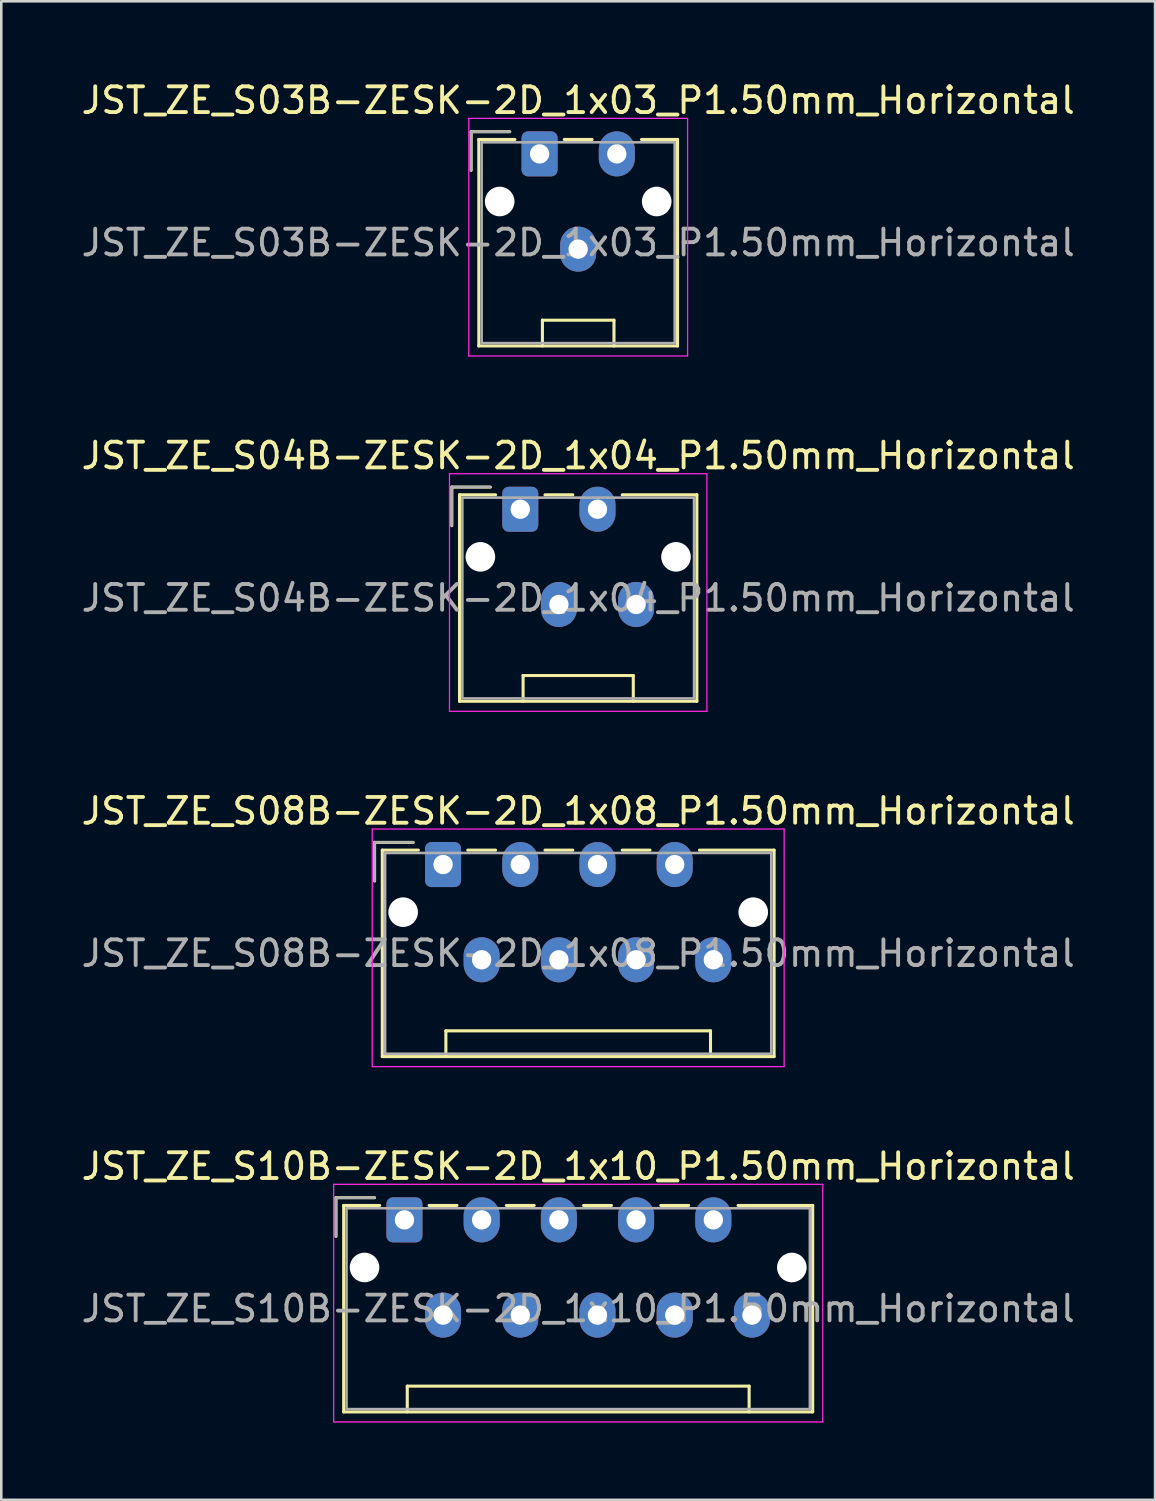
<source format=kicad_pcb>
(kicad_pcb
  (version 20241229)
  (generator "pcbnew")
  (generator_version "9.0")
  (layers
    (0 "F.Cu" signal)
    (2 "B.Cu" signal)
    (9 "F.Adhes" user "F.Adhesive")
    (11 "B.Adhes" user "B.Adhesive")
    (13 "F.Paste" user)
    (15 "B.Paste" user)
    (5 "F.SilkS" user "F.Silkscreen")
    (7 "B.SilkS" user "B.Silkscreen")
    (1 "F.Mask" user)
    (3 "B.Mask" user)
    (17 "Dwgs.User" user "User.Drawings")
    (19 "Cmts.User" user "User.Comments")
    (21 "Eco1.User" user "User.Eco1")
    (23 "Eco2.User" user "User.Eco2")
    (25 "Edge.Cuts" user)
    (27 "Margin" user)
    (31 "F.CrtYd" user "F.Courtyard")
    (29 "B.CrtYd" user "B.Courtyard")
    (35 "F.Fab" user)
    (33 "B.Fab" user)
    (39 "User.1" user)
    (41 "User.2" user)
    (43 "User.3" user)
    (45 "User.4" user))
  (footprint "JST_ZE_S08B-ZESK-2D_1x08_P1.50mm_Horizontal"
    (layer "F.Cu")
    (at 14.161 30.535)
    (property "Reference" "JST_ZE_S08B-ZESK-2D_1x08_P1.50mm_Horizontal" (at 5.25 -2.08 0) (layer "F.SilkS") (effects (font (size 1 1) (thickness 0.15))))
    (attr through_hole)
    (fp_line (start -2.66 -0.86) (end -1.16 -0.86) (stroke (width 0.12) (type solid)) (layer "F.SilkS"))
    (fp_line (start -2.66 0.64) (end -2.66 -0.86) (stroke (width 0.12) (type solid)) (layer "F.SilkS"))
    (fp_line (start -2.36 -0.56) (end -2.36 7.46) (stroke (width 0.12) (type solid)) (layer "F.SilkS"))
    (fp_line (start -2.36 7.46) (end 12.86 7.46) (stroke (width 0.12) (type solid)) (layer "F.SilkS"))
    (fp_line (start -0.96 -0.56) (end -2.36 -0.56) (stroke (width 0.12) (type solid)) (layer "F.SilkS"))
    (fp_line (start 0.11 6.46) (end 10.39 6.46) (stroke (width 0.12) (type solid)) (layer "F.SilkS"))
    (fp_line (start 0.11 7.46) (end 0.11 6.46) (stroke (width 0.12) (type solid)) (layer "F.SilkS"))
    (fp_line (start 0.96 -0.56) (end 2.04 -0.56) (stroke (width 0.12) (type solid)) (layer "F.SilkS"))
    (fp_line (start 3.96 -0.56) (end 5.04 -0.56) (stroke (width 0.12) (type solid)) (layer "F.SilkS"))
    (fp_line (start 6.96 -0.56) (end 8.04 -0.56) (stroke (width 0.12) (type solid)) (layer "F.SilkS"))
    (fp_line (start 10.39 6.46) (end 10.39 7.46) (stroke (width 0.12) (type solid)) (layer "F.SilkS"))
    (fp_line (start 12.86 -0.56) (end 9.96 -0.56) (stroke (width 0.12) (type solid)) (layer "F.SilkS"))
    (fp_line (start 12.86 7.46) (end 12.86 -0.56) (stroke (width 0.12) (type solid)) (layer "F.SilkS"))
    (fp_line (start -2.75 -1.38) (end -2.75 7.85) (stroke (width 0.05) (type solid)) (layer "F.CrtYd"))
    (fp_line (start -2.75 7.85) (end 13.25 7.85) (stroke (width 0.05) (type solid)) (layer "F.CrtYd"))
    (fp_line (start 13.25 -1.38) (end -2.75 -1.38) (stroke (width 0.05) (type solid)) (layer "F.CrtYd"))
    (fp_line (start 13.25 7.85) (end 13.25 -1.38) (stroke (width 0.05) (type solid)) (layer "F.CrtYd"))
    (fp_line (start -2.66 -0.86) (end -1.16 -0.86) (stroke (width 0.1) (type solid)) (layer "F.Fab"))
    (fp_line (start -2.66 0.64) (end -2.66 -0.86) (stroke (width 0.1) (type solid)) (layer "F.Fab"))
    (fp_line (start -2.25 -0.45) (end -2.25 7.35) (stroke (width 0.1) (type solid)) (layer "F.Fab"))
    (fp_line (start -2.25 7.35) (end 12.75 7.35) (stroke (width 0.1) (type solid)) (layer "F.Fab"))
    (fp_line (start 12.75 -0.45) (end -2.25 -0.45) (stroke (width 0.1) (type solid)) (layer "F.Fab"))
    (fp_line (start 12.75 7.35) (end 12.75 -0.45) (stroke (width 0.1) (type solid)) (layer "F.Fab"))
    (fp_text user "${REFERENCE}" (at 5.25 3.45 0) (layer "F.Fab") (effects (font (size 1 1) (thickness 0.15))))
    (pad "" np_thru_hole circle (at -1.55 1.85) (size 1.15 1.15) (drill 1.15) (layers "*.Cu" "*.Mask"))
    (pad "" np_thru_hole circle (at 12.05 1.85) (size 1.15 1.15) (drill 1.15) (layers "*.Cu" "*.Mask"))
    (pad "1" thru_hole roundrect (at 0 0) (size 1.4 1.75) (drill 0.75) (layers "*.Cu" "*.Mask") (roundrect_rratio 0.179))
    (pad "2" thru_hole oval (at 1.5 3.7) (size 1.4 1.75) (drill 0.75) (layers "*.Cu" "*.Mask"))
    (pad "3" thru_hole oval (at 3 0) (size 1.4 1.75) (drill 0.75) (layers "*.Cu" "*.Mask"))
    (pad "4" thru_hole oval (at 4.5 3.7) (size 1.4 1.75) (drill 0.75) (layers "*.Cu" "*.Mask"))
    (pad "5" thru_hole oval (at 6 0) (size 1.4 1.75) (drill 0.75) (layers "*.Cu" "*.Mask"))
    (pad "6" thru_hole oval (at 7.5 3.7) (size 1.4 1.75) (drill 0.75) (layers "*.Cu" "*.Mask"))
    (pad "7" thru_hole oval (at 9 0) (size 1.4 1.75) (drill 0.75) (layers "*.Cu" "*.Mask"))
    (pad "8" thru_hole oval (at 10.5 3.7) (size 1.4 1.75) (drill 0.75) (layers "*.Cu" "*.Mask")))
  (footprint "JST_ZE_S03B-ZESK-2D_1x03_P1.50mm_Horizontal"
    (layer "F.Cu")
    (at 17.911 2.928)
    (property "Reference" "JST_ZE_S03B-ZESK-2D_1x03_P1.50mm_Horizontal" (at 1.5 -2.08 0) (layer "F.SilkS") (effects (font (size 1 1) (thickness 0.15))))
    (attr through_hole)
    (fp_line (start -2.66 -0.86) (end -1.16 -0.86) (stroke (width 0.12) (type solid)) (layer "F.SilkS"))
    (fp_line (start -2.66 0.64) (end -2.66 -0.86) (stroke (width 0.12) (type solid)) (layer "F.SilkS"))
    (fp_line (start -2.36 -0.56) (end -2.36 7.46) (stroke (width 0.12) (type solid)) (layer "F.SilkS"))
    (fp_line (start -2.36 7.46) (end 5.36 7.46) (stroke (width 0.12) (type solid)) (layer "F.SilkS"))
    (fp_line (start -0.96 -0.56) (end -2.36 -0.56) (stroke (width 0.12) (type solid)) (layer "F.SilkS"))
    (fp_line (start 0.11 6.46) (end 2.89 6.46) (stroke (width 0.12) (type solid)) (layer "F.SilkS"))
    (fp_line (start 0.11 7.46) (end 0.11 6.46) (stroke (width 0.12) (type solid)) (layer "F.SilkS"))
    (fp_line (start 0.96 -0.56) (end 2.04 -0.56) (stroke (width 0.12) (type solid)) (layer "F.SilkS"))
    (fp_line (start 2.89 6.46) (end 2.89 7.46) (stroke (width 0.12) (type solid)) (layer "F.SilkS"))
    (fp_line (start 5.36 -0.56) (end 3.96 -0.56) (stroke (width 0.12) (type solid)) (layer "F.SilkS"))
    (fp_line (start 5.36 7.46) (end 5.36 -0.56) (stroke (width 0.12) (type solid)) (layer "F.SilkS"))
    (fp_line (start -2.75 -1.38) (end -2.75 7.85) (stroke (width 0.05) (type solid)) (layer "F.CrtYd"))
    (fp_line (start -2.75 7.85) (end 5.75 7.85) (stroke (width 0.05) (type solid)) (layer "F.CrtYd"))
    (fp_line (start 5.75 -1.38) (end -2.75 -1.38) (stroke (width 0.05) (type solid)) (layer "F.CrtYd"))
    (fp_line (start 5.75 7.85) (end 5.75 -1.38) (stroke (width 0.05) (type solid)) (layer "F.CrtYd"))
    (fp_line (start -2.66 -0.86) (end -1.16 -0.86) (stroke (width 0.1) (type solid)) (layer "F.Fab"))
    (fp_line (start -2.66 0.64) (end -2.66 -0.86) (stroke (width 0.1) (type solid)) (layer "F.Fab"))
    (fp_line (start -2.25 -0.45) (end -2.25 7.35) (stroke (width 0.1) (type solid)) (layer "F.Fab"))
    (fp_line (start -2.25 7.35) (end 5.25 7.35) (stroke (width 0.1) (type solid)) (layer "F.Fab"))
    (fp_line (start 5.25 -0.45) (end -2.25 -0.45) (stroke (width 0.1) (type solid)) (layer "F.Fab"))
    (fp_line (start 5.25 7.35) (end 5.25 -0.45) (stroke (width 0.1) (type solid)) (layer "F.Fab"))
    (fp_text user "${REFERENCE}" (at 1.5 3.45 0) (layer "F.Fab") (effects (font (size 1 1) (thickness 0.15))))
    (pad "" np_thru_hole circle (at -1.55 1.85) (size 1.15 1.15) (drill 1.15) (layers "*.Cu" "*.Mask"))
    (pad "" np_thru_hole circle (at 4.55 1.85) (size 1.15 1.15) (drill 1.15) (layers "*.Cu" "*.Mask"))
    (pad "1" thru_hole roundrect (at 0 0) (size 1.4 1.75) (drill 0.75) (layers "*.Cu" "*.Mask") (roundrect_rratio 0.179))
    (pad "2" thru_hole oval (at 1.5 3.7) (size 1.4 1.75) (drill 0.75) (layers "*.Cu" "*.Mask"))
    (pad "3" thru_hole oval (at 3 0) (size 1.4 1.75) (drill 0.75) (layers "*.Cu" "*.Mask")))
  (footprint "JST_ZE_S10B-ZESK-2D_1x10_P1.50mm_Horizontal"
    (layer "F.Cu")
    (at 12.661 44.338)
    (property "Reference" "JST_ZE_S10B-ZESK-2D_1x10_P1.50mm_Horizontal" (at 6.75 -2.08 0) (layer "F.SilkS") (effects (font (size 1 1) (thickness 0.15))))
    (attr through_hole)
    (fp_line (start -2.66 -0.86) (end -1.16 -0.86) (stroke (width 0.12) (type solid)) (layer "F.SilkS"))
    (fp_line (start -2.66 0.64) (end -2.66 -0.86) (stroke (width 0.12) (type solid)) (layer "F.SilkS"))
    (fp_line (start -2.36 -0.56) (end -2.36 7.46) (stroke (width 0.12) (type solid)) (layer "F.SilkS"))
    (fp_line (start -2.36 7.46) (end 15.86 7.46) (stroke (width 0.12) (type solid)) (layer "F.SilkS"))
    (fp_line (start -0.96 -0.56) (end -2.36 -0.56) (stroke (width 0.12) (type solid)) (layer "F.SilkS"))
    (fp_line (start 0.11 6.46) (end 13.39 6.46) (stroke (width 0.12) (type solid)) (layer "F.SilkS"))
    (fp_line (start 0.11 7.46) (end 0.11 6.46) (stroke (width 0.12) (type solid)) (layer "F.SilkS"))
    (fp_line (start 0.96 -0.56) (end 2.04 -0.56) (stroke (width 0.12) (type solid)) (layer "F.SilkS"))
    (fp_line (start 3.96 -0.56) (end 5.04 -0.56) (stroke (width 0.12) (type solid)) (layer "F.SilkS"))
    (fp_line (start 6.96 -0.56) (end 8.04 -0.56) (stroke (width 0.12) (type solid)) (layer "F.SilkS"))
    (fp_line (start 9.96 -0.56) (end 11.04 -0.56) (stroke (width 0.12) (type solid)) (layer "F.SilkS"))
    (fp_line (start 13.39 6.46) (end 13.39 7.46) (stroke (width 0.12) (type solid)) (layer "F.SilkS"))
    (fp_line (start 15.86 -0.56) (end 12.96 -0.56) (stroke (width 0.12) (type solid)) (layer "F.SilkS"))
    (fp_line (start 15.86 7.46) (end 15.86 -0.56) (stroke (width 0.12) (type solid)) (layer "F.SilkS"))
    (fp_line (start -2.75 -1.38) (end -2.75 7.85) (stroke (width 0.05) (type solid)) (layer "F.CrtYd"))
    (fp_line (start -2.75 7.85) (end 16.25 7.85) (stroke (width 0.05) (type solid)) (layer "F.CrtYd"))
    (fp_line (start 16.25 -1.38) (end -2.75 -1.38) (stroke (width 0.05) (type solid)) (layer "F.CrtYd"))
    (fp_line (start 16.25 7.85) (end 16.25 -1.38) (stroke (width 0.05) (type solid)) (layer "F.CrtYd"))
    (fp_line (start -2.66 -0.86) (end -1.16 -0.86) (stroke (width 0.1) (type solid)) (layer "F.Fab"))
    (fp_line (start -2.66 0.64) (end -2.66 -0.86) (stroke (width 0.1) (type solid)) (layer "F.Fab"))
    (fp_line (start -2.25 -0.45) (end -2.25 7.35) (stroke (width 0.1) (type solid)) (layer "F.Fab"))
    (fp_line (start -2.25 7.35) (end 15.75 7.35) (stroke (width 0.1) (type solid)) (layer "F.Fab"))
    (fp_line (start 15.75 -0.45) (end -2.25 -0.45) (stroke (width 0.1) (type solid)) (layer "F.Fab"))
    (fp_line (start 15.75 7.35) (end 15.75 -0.45) (stroke (width 0.1) (type solid)) (layer "F.Fab"))
    (fp_text user "${REFERENCE}" (at 6.75 3.45 0) (layer "F.Fab") (effects (font (size 1 1) (thickness 0.15))))
    (pad "" np_thru_hole circle (at -1.55 1.85) (size 1.15 1.15) (drill 1.15) (layers "*.Cu" "*.Mask"))
    (pad "" np_thru_hole circle (at 15.05 1.85) (size 1.15 1.15) (drill 1.15) (layers "*.Cu" "*.Mask"))
    (pad "1" thru_hole roundrect (at 0 0) (size 1.4 1.75) (drill 0.75) (layers "*.Cu" "*.Mask") (roundrect_rratio 0.179))
    (pad "2" thru_hole oval (at 1.5 3.7) (size 1.4 1.75) (drill 0.75) (layers "*.Cu" "*.Mask"))
    (pad "3" thru_hole oval (at 3 0) (size 1.4 1.75) (drill 0.75) (layers "*.Cu" "*.Mask"))
    (pad "4" thru_hole oval (at 4.5 3.7) (size 1.4 1.75) (drill 0.75) (layers "*.Cu" "*.Mask"))
    (pad "5" thru_hole oval (at 6 0) (size 1.4 1.75) (drill 0.75) (layers "*.Cu" "*.Mask"))
    (pad "6" thru_hole oval (at 7.5 3.7) (size 1.4 1.75) (drill 0.75) (layers "*.Cu" "*.Mask"))
    (pad "7" thru_hole oval (at 9 0) (size 1.4 1.75) (drill 0.75) (layers "*.Cu" "*.Mask"))
    (pad "8" thru_hole oval (at 10.5 3.7) (size 1.4 1.75) (drill 0.75) (layers "*.Cu" "*.Mask"))
    (pad "9" thru_hole oval (at 12 0) (size 1.4 1.75) (drill 0.75) (layers "*.Cu" "*.Mask"))
    (pad "10" thru_hole oval (at 13.5 3.7) (size 1.4 1.75) (drill 0.75) (layers "*.Cu" "*.Mask")))
  (footprint "JST_ZE_S04B-ZESK-2D_1x04_P1.50mm_Horizontal"
    (layer "F.Cu")
    (at 17.161 16.732)
    (property "Reference" "JST_ZE_S04B-ZESK-2D_1x04_P1.50mm_Horizontal" (at 2.25 -2.08 0) (layer "F.SilkS") (effects (font (size 1 1) (thickness 0.15))))
    (attr through_hole)
    (fp_line (start -2.66 -0.86) (end -1.16 -0.86) (stroke (width 0.12) (type solid)) (layer "F.SilkS"))
    (fp_line (start -2.66 0.64) (end -2.66 -0.86) (stroke (width 0.12) (type solid)) (layer "F.SilkS"))
    (fp_line (start -2.36 -0.56) (end -2.36 7.46) (stroke (width 0.12) (type solid)) (layer "F.SilkS"))
    (fp_line (start -2.36 7.46) (end 6.86 7.46) (stroke (width 0.12) (type solid)) (layer "F.SilkS"))
    (fp_line (start -0.96 -0.56) (end -2.36 -0.56) (stroke (width 0.12) (type solid)) (layer "F.SilkS"))
    (fp_line (start 0.11 6.46) (end 4.39 6.46) (stroke (width 0.12) (type solid)) (layer "F.SilkS"))
    (fp_line (start 0.11 7.46) (end 0.11 6.46) (stroke (width 0.12) (type solid)) (layer "F.SilkS"))
    (fp_line (start 0.96 -0.56) (end 2.04 -0.56) (stroke (width 0.12) (type solid)) (layer "F.SilkS"))
    (fp_line (start 4.39 6.46) (end 4.39 7.46) (stroke (width 0.12) (type solid)) (layer "F.SilkS"))
    (fp_line (start 6.86 -0.56) (end 3.96 -0.56) (stroke (width 0.12) (type solid)) (layer "F.SilkS"))
    (fp_line (start 6.86 7.46) (end 6.86 -0.56) (stroke (width 0.12) (type solid)) (layer "F.SilkS"))
    (fp_line (start -2.75 -1.38) (end -2.75 7.85) (stroke (width 0.05) (type solid)) (layer "F.CrtYd"))
    (fp_line (start -2.75 7.85) (end 7.25 7.85) (stroke (width 0.05) (type solid)) (layer "F.CrtYd"))
    (fp_line (start 7.25 -1.38) (end -2.75 -1.38) (stroke (width 0.05) (type solid)) (layer "F.CrtYd"))
    (fp_line (start 7.25 7.85) (end 7.25 -1.38) (stroke (width 0.05) (type solid)) (layer "F.CrtYd"))
    (fp_line (start -2.66 -0.86) (end -1.16 -0.86) (stroke (width 0.1) (type solid)) (layer "F.Fab"))
    (fp_line (start -2.66 0.64) (end -2.66 -0.86) (stroke (width 0.1) (type solid)) (layer "F.Fab"))
    (fp_line (start -2.25 -0.45) (end -2.25 7.35) (stroke (width 0.1) (type solid)) (layer "F.Fab"))
    (fp_line (start -2.25 7.35) (end 6.75 7.35) (stroke (width 0.1) (type solid)) (layer "F.Fab"))
    (fp_line (start 6.75 -0.45) (end -2.25 -0.45) (stroke (width 0.1) (type solid)) (layer "F.Fab"))
    (fp_line (start 6.75 7.35) (end 6.75 -0.45) (stroke (width 0.1) (type solid)) (layer "F.Fab"))
    (fp_text user "${REFERENCE}" (at 2.25 3.45 0) (layer "F.Fab") (effects (font (size 1 1) (thickness 0.15))))
    (pad "" np_thru_hole circle (at -1.55 1.85) (size 1.15 1.15) (drill 1.15) (layers "*.Cu" "*.Mask"))
    (pad "" np_thru_hole circle (at 6.05 1.85) (size 1.15 1.15) (drill 1.15) (layers "*.Cu" "*.Mask"))
    (pad "1" thru_hole roundrect (at 0 0) (size 1.4 1.75) (drill 0.75) (layers "*.Cu" "*.Mask") (roundrect_rratio 0.179))
    (pad "2" thru_hole oval (at 1.5 3.7) (size 1.4 1.75) (drill 0.75) (layers "*.Cu" "*.Mask"))
    (pad "3" thru_hole oval (at 3 0) (size 1.4 1.75) (drill 0.75) (layers "*.Cu" "*.Mask"))
    (pad "4" thru_hole oval (at 4.5 3.7) (size 1.4 1.75) (drill 0.75) (layers "*.Cu" "*.Mask")))
  (gr_rect
    (start -3 -3)
    (end 41.821 55.213)
    (stroke (width 0.1) (type default))
    (fill no)
    (layer "Edge.Cuts")))
</source>
